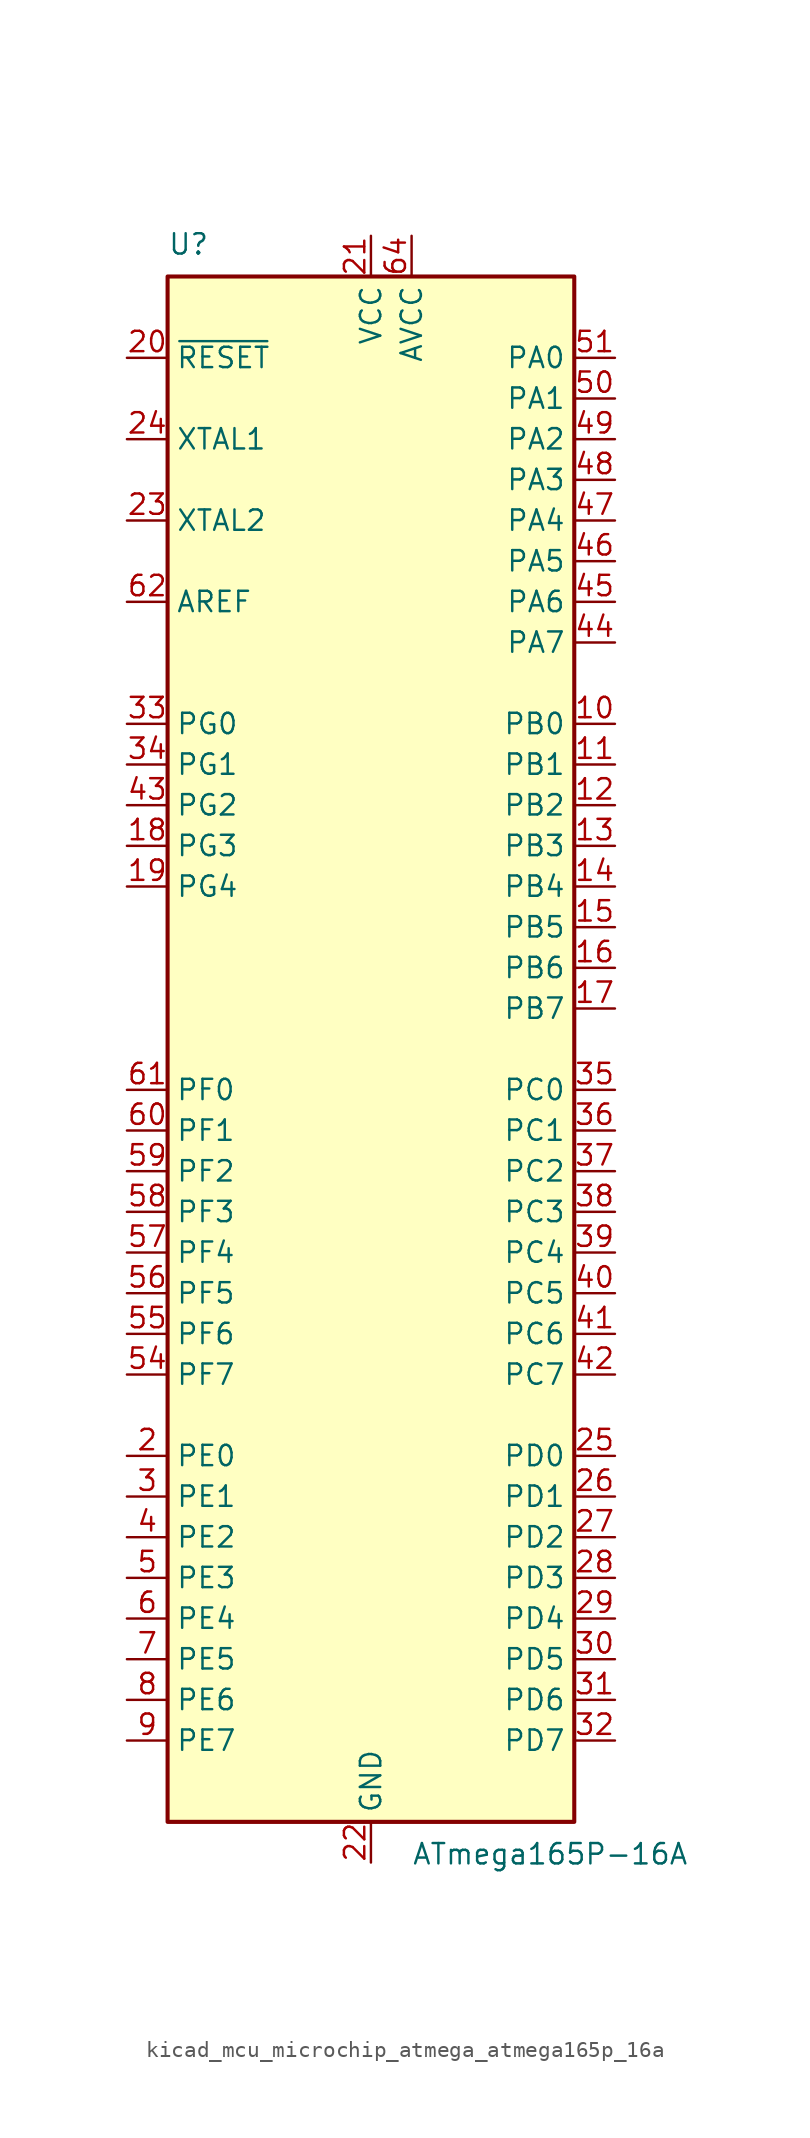
<source format=kicad_sym>
(kicad_symbol_lib
  (version 20220914)
  (generator kicad_symbol_editor)
  (symbol "kicad_mcu_microchip_atmega_atmega165p_16a"
    (property "Reference" "U"
      (at -12.7 49.53 0)
      (effects (font (size 1.27 1.27)) (justify left bottom)))
    (property "Value" "ATmega165P-16A"
      (at 2.54 -49.53 0)
      (effects (font (size 1.27 1.27)) (justify left top)))
    (symbol "kicad_mcu_microchip_atmega_atmega165p_16a_0_1"
      (rectangle (start -12.7 -48.26) (end 12.7 48.26) (stroke (width 0.254) (type default)) (fill (type background))))
    (symbol "kicad_mcu_microchip_atmega_atmega165p_16a_1_1"
      (pin no_connect line (at -12.7 -45.72 0) (length 2.54) hide (name "NC" (effects (font (size 1.27 1.27)))) (number "1" (effects (font (size 1.27 1.27)))))
      (pin bidirectional line (at 15.24 20.32 180) (length 2.54) (name "PB0" (effects (font (size 1.27 1.27)))) (number "10" (effects (font (size 1.27 1.27)))))
      (pin bidirectional line (at 15.24 17.78 180) (length 2.54) (name "PB1" (effects (font (size 1.27 1.27)))) (number "11" (effects (font (size 1.27 1.27)))))
      (pin bidirectional line (at 15.24 15.24 180) (length 2.54) (name "PB2" (effects (font (size 1.27 1.27)))) (number "12" (effects (font (size 1.27 1.27)))))
      (pin bidirectional line (at 15.24 12.7 180) (length 2.54) (name "PB3" (effects (font (size 1.27 1.27)))) (number "13" (effects (font (size 1.27 1.27)))))
      (pin bidirectional line (at 15.24 10.16 180) (length 2.54) (name "PB4" (effects (font (size 1.27 1.27)))) (number "14" (effects (font (size 1.27 1.27)))))
      (pin bidirectional line (at 15.24 7.62 180) (length 2.54) (name "PB5" (effects (font (size 1.27 1.27)))) (number "15" (effects (font (size 1.27 1.27)))))
      (pin bidirectional line (at 15.24 5.08 180) (length 2.54) (name "PB6" (effects (font (size 1.27 1.27)))) (number "16" (effects (font (size 1.27 1.27)))))
      (pin bidirectional line (at 15.24 2.54 180) (length 2.54) (name "PB7" (effects (font (size 1.27 1.27)))) (number "17" (effects (font (size 1.27 1.27)))))
      (pin bidirectional line (at -15.24 12.7 0) (length 2.54) (name "PG3" (effects (font (size 1.27 1.27)))) (number "18" (effects (font (size 1.27 1.27)))))
      (pin bidirectional line (at -15.24 10.16 0) (length 2.54) (name "PG4" (effects (font (size 1.27 1.27)))) (number "19" (effects (font (size 1.27 1.27)))))
      (pin bidirectional line (at -15.24 -25.4 0) (length 2.54) (name "PE0" (effects (font (size 1.27 1.27)))) (number "2" (effects (font (size 1.27 1.27)))))
      (pin input line (at -15.24 43.18 0) (length 2.54) (name "~{RESET}" (effects (font (size 1.27 1.27)))) (number "20" (effects (font (size 1.27 1.27)))))
      (pin power_in line (at 0 50.8 270) (length 2.54) (name "VCC" (effects (font (size 1.27 1.27)))) (number "21" (effects (font (size 1.27 1.27)))))
      (pin power_in line (at 0 -50.8 90) (length 2.54) (name "GND" (effects (font (size 1.27 1.27)))) (number "22" (effects (font (size 1.27 1.27)))))
      (pin output line (at -15.24 33.02 0) (length 2.54) (name "XTAL2" (effects (font (size 1.27 1.27)))) (number "23" (effects (font (size 1.27 1.27)))))
      (pin input line (at -15.24 38.1 0) (length 2.54) (name "XTAL1" (effects (font (size 1.27 1.27)))) (number "24" (effects (font (size 1.27 1.27)))))
      (pin bidirectional line (at 15.24 -25.4 180) (length 2.54) (name "PD0" (effects (font (size 1.27 1.27)))) (number "25" (effects (font (size 1.27 1.27)))))
      (pin bidirectional line (at 15.24 -27.94 180) (length 2.54) (name "PD1" (effects (font (size 1.27 1.27)))) (number "26" (effects (font (size 1.27 1.27)))))
      (pin bidirectional line (at 15.24 -30.48 180) (length 2.54) (name "PD2" (effects (font (size 1.27 1.27)))) (number "27" (effects (font (size 1.27 1.27)))))
      (pin bidirectional line (at 15.24 -33.02 180) (length 2.54) (name "PD3" (effects (font (size 1.27 1.27)))) (number "28" (effects (font (size 1.27 1.27)))))
      (pin bidirectional line (at 15.24 -35.56 180) (length 2.54) (name "PD4" (effects (font (size 1.27 1.27)))) (number "29" (effects (font (size 1.27 1.27)))))
      (pin bidirectional line (at -15.24 -27.94 0) (length 2.54) (name "PE1" (effects (font (size 1.27 1.27)))) (number "3" (effects (font (size 1.27 1.27)))))
      (pin bidirectional line (at 15.24 -38.1 180) (length 2.54) (name "PD5" (effects (font (size 1.27 1.27)))) (number "30" (effects (font (size 1.27 1.27)))))
      (pin bidirectional line (at 15.24 -40.64 180) (length 2.54) (name "PD6" (effects (font (size 1.27 1.27)))) (number "31" (effects (font (size 1.27 1.27)))))
      (pin bidirectional line (at 15.24 -43.18 180) (length 2.54) (name "PD7" (effects (font (size 1.27 1.27)))) (number "32" (effects (font (size 1.27 1.27)))))
      (pin bidirectional line (at -15.24 20.32 0) (length 2.54) (name "PG0" (effects (font (size 1.27 1.27)))) (number "33" (effects (font (size 1.27 1.27)))))
      (pin bidirectional line (at -15.24 17.78 0) (length 2.54) (name "PG1" (effects (font (size 1.27 1.27)))) (number "34" (effects (font (size 1.27 1.27)))))
      (pin bidirectional line (at 15.24 -2.54 180) (length 2.54) (name "PC0" (effects (font (size 1.27 1.27)))) (number "35" (effects (font (size 1.27 1.27)))))
      (pin bidirectional line (at 15.24 -5.08 180) (length 2.54) (name "PC1" (effects (font (size 1.27 1.27)))) (number "36" (effects (font (size 1.27 1.27)))))
      (pin bidirectional line (at 15.24 -7.62 180) (length 2.54) (name "PC2" (effects (font (size 1.27 1.27)))) (number "37" (effects (font (size 1.27 1.27)))))
      (pin bidirectional line (at 15.24 -10.16 180) (length 2.54) (name "PC3" (effects (font (size 1.27 1.27)))) (number "38" (effects (font (size 1.27 1.27)))))
      (pin bidirectional line (at 15.24 -12.7 180) (length 2.54) (name "PC4" (effects (font (size 1.27 1.27)))) (number "39" (effects (font (size 1.27 1.27)))))
      (pin bidirectional line (at -15.24 -30.48 0) (length 2.54) (name "PE2" (effects (font (size 1.27 1.27)))) (number "4" (effects (font (size 1.27 1.27)))))
      (pin bidirectional line (at 15.24 -15.24 180) (length 2.54) (name "PC5" (effects (font (size 1.27 1.27)))) (number "40" (effects (font (size 1.27 1.27)))))
      (pin bidirectional line (at 15.24 -17.78 180) (length 2.54) (name "PC6" (effects (font (size 1.27 1.27)))) (number "41" (effects (font (size 1.27 1.27)))))
      (pin bidirectional line (at 15.24 -20.32 180) (length 2.54) (name "PC7" (effects (font (size 1.27 1.27)))) (number "42" (effects (font (size 1.27 1.27)))))
      (pin bidirectional line (at -15.24 15.24 0) (length 2.54) (name "PG2" (effects (font (size 1.27 1.27)))) (number "43" (effects (font (size 1.27 1.27)))))
      (pin bidirectional line (at 15.24 25.4 180) (length 2.54) (name "PA7" (effects (font (size 1.27 1.27)))) (number "44" (effects (font (size 1.27 1.27)))))
      (pin bidirectional line (at 15.24 27.94 180) (length 2.54) (name "PA6" (effects (font (size 1.27 1.27)))) (number "45" (effects (font (size 1.27 1.27)))))
      (pin bidirectional line (at 15.24 30.48 180) (length 2.54) (name "PA5" (effects (font (size 1.27 1.27)))) (number "46" (effects (font (size 1.27 1.27)))))
      (pin bidirectional line (at 15.24 33.02 180) (length 2.54) (name "PA4" (effects (font (size 1.27 1.27)))) (number "47" (effects (font (size 1.27 1.27)))))
      (pin bidirectional line (at 15.24 35.56 180) (length 2.54) (name "PA3" (effects (font (size 1.27 1.27)))) (number "48" (effects (font (size 1.27 1.27)))))
      (pin bidirectional line (at 15.24 38.1 180) (length 2.54) (name "PA2" (effects (font (size 1.27 1.27)))) (number "49" (effects (font (size 1.27 1.27)))))
      (pin bidirectional line (at -15.24 -33.02 0) (length 2.54) (name "PE3" (effects (font (size 1.27 1.27)))) (number "5" (effects (font (size 1.27 1.27)))))
      (pin bidirectional line (at 15.24 40.64 180) (length 2.54) (name "PA1" (effects (font (size 1.27 1.27)))) (number "50" (effects (font (size 1.27 1.27)))))
      (pin bidirectional line (at 15.24 43.18 180) (length 2.54) (name "PA0" (effects (font (size 1.27 1.27)))) (number "51" (effects (font (size 1.27 1.27)))))
      (pin passive line (at 0 50.8 270) (length 2.54) hide (name "VCC" (effects (font (size 1.27 1.27)))) (number "52" (effects (font (size 1.27 1.27)))))
      (pin passive line (at 0 -50.8 90) (length 2.54) hide (name "GND" (effects (font (size 1.27 1.27)))) (number "53" (effects (font (size 1.27 1.27)))))
      (pin bidirectional line (at -15.24 -20.32 0) (length 2.54) (name "PF7" (effects (font (size 1.27 1.27)))) (number "54" (effects (font (size 1.27 1.27)))))
      (pin bidirectional line (at -15.24 -17.78 0) (length 2.54) (name "PF6" (effects (font (size 1.27 1.27)))) (number "55" (effects (font (size 1.27 1.27)))))
      (pin bidirectional line (at -15.24 -15.24 0) (length 2.54) (name "PF5" (effects (font (size 1.27 1.27)))) (number "56" (effects (font (size 1.27 1.27)))))
      (pin bidirectional line (at -15.24 -12.7 0) (length 2.54) (name "PF4" (effects (font (size 1.27 1.27)))) (number "57" (effects (font (size 1.27 1.27)))))
      (pin bidirectional line (at -15.24 -10.16 0) (length 2.54) (name "PF3" (effects (font (size 1.27 1.27)))) (number "58" (effects (font (size 1.27 1.27)))))
      (pin bidirectional line (at -15.24 -7.62 0) (length 2.54) (name "PF2" (effects (font (size 1.27 1.27)))) (number "59" (effects (font (size 1.27 1.27)))))
      (pin bidirectional line (at -15.24 -35.56 0) (length 2.54) (name "PE4" (effects (font (size 1.27 1.27)))) (number "6" (effects (font (size 1.27 1.27)))))
      (pin bidirectional line (at -15.24 -5.08 0) (length 2.54) (name "PF1" (effects (font (size 1.27 1.27)))) (number "60" (effects (font (size 1.27 1.27)))))
      (pin bidirectional line (at -15.24 -2.54 0) (length 2.54) (name "PF0" (effects (font (size 1.27 1.27)))) (number "61" (effects (font (size 1.27 1.27)))))
      (pin passive line (at -15.24 27.94 0) (length 2.54) (name "AREF" (effects (font (size 1.27 1.27)))) (number "62" (effects (font (size 1.27 1.27)))))
      (pin passive line (at 0 -50.8 90) (length 2.54) hide (name "GND" (effects (font (size 1.27 1.27)))) (number "63" (effects (font (size 1.27 1.27)))))
      (pin power_in line (at 2.54 50.8 270) (length 2.54) (name "AVCC" (effects (font (size 1.27 1.27)))) (number "64" (effects (font (size 1.27 1.27)))))
      (pin bidirectional line (at -15.24 -38.1 0) (length 2.54) (name "PE5" (effects (font (size 1.27 1.27)))) (number "7" (effects (font (size 1.27 1.27)))))
      (pin bidirectional line (at -15.24 -40.64 0) (length 2.54) (name "PE6" (effects (font (size 1.27 1.27)))) (number "8" (effects (font (size 1.27 1.27)))))
      (pin bidirectional line (at -15.24 -43.18 0) (length 2.54) (name "PE7" (effects (font (size 1.27 1.27)))) (number "9" (effects (font (size 1.27 1.27))))))))
</source>
